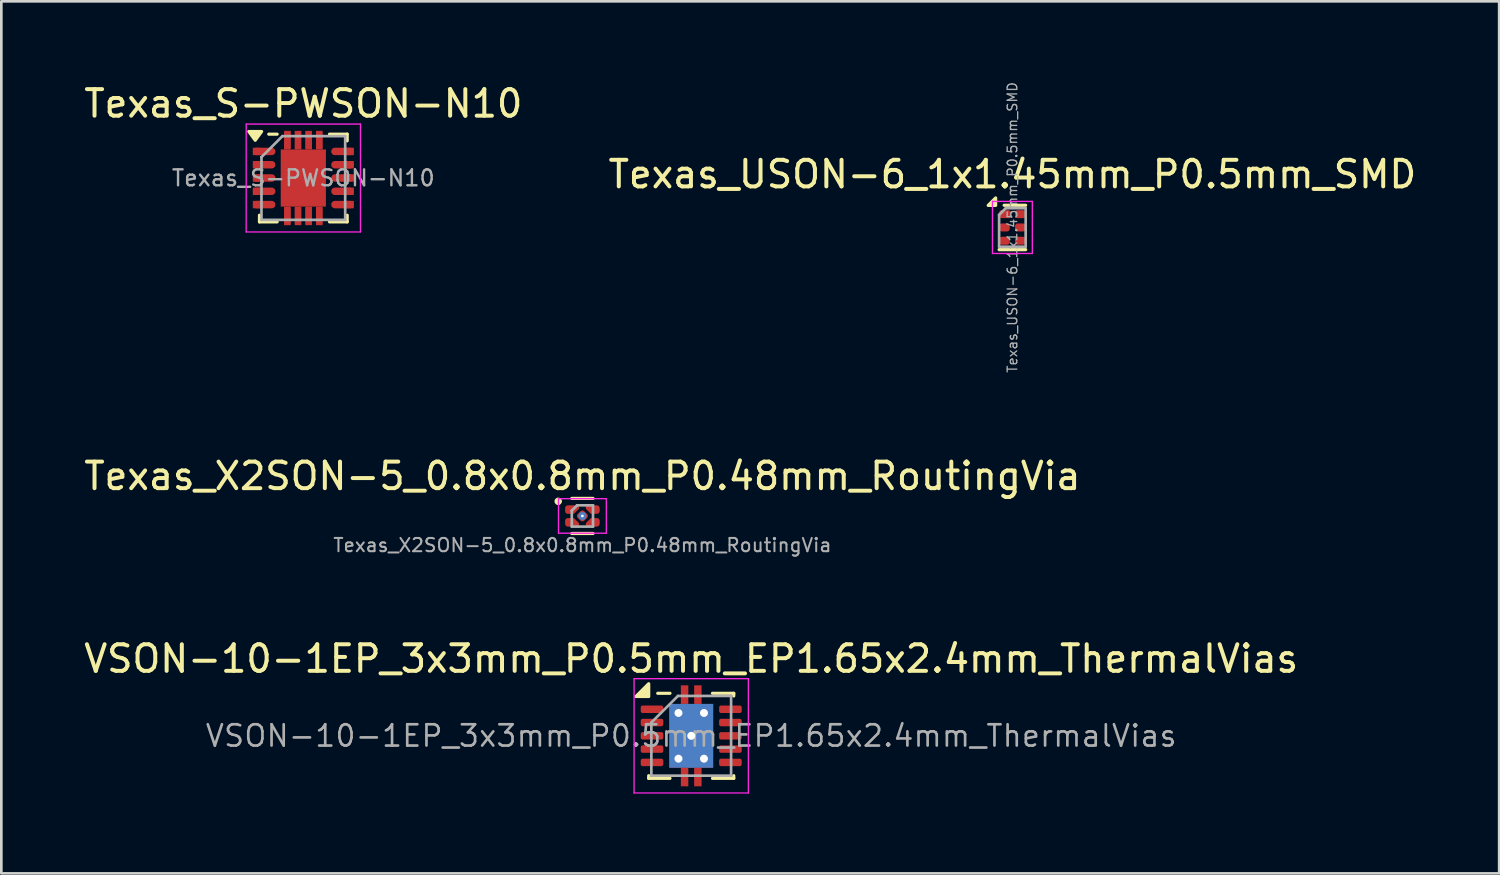
<source format=kicad_pcb>
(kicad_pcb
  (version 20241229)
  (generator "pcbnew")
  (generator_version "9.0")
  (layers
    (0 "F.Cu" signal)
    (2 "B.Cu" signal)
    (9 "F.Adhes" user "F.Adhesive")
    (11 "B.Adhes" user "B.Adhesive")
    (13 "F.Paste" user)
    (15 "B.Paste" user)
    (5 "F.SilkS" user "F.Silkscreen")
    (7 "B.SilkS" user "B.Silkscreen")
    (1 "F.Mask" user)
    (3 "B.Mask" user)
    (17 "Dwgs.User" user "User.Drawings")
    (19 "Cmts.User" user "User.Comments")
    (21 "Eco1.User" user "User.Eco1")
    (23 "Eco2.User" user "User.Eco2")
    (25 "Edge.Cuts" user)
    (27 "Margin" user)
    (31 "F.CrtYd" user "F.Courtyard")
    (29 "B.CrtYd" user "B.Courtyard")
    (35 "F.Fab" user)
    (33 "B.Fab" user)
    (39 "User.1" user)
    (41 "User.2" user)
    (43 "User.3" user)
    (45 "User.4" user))
  (footprint "VSON-10-1EP_3x3mm_P0.5mm_EP1.65x2.4mm_ThermalVias"
    (layer "F.Cu")
    (at 22.958 24.636)
    (property "Reference" "VSON-10-1EP_3x3mm_P0.5mm_EP1.65x2.4mm_ThermalVias" (at 0 -2.9 0) (layer "F.SilkS") (effects (font (size 1 1) (thickness 0.15))))
    (attr smd)
    (fp_line (start -1.6 1.5) (end -1.6 1.6) (stroke (width 0.12) (type solid)) (layer "F.SilkS"))
    (fp_line (start -1.6 1.6) (end -0.8 1.6) (stroke (width 0.12) (type solid)) (layer "F.SilkS"))
    (fp_line (start -0.8 -1.6) (end -1.26 -1.6) (stroke (width 0.12) (type solid)) (layer "F.SilkS"))
    (fp_line (start 0.8 -1.6) (end 1.6 -1.6) (stroke (width 0.12) (type solid)) (layer "F.SilkS"))
    (fp_line (start 0.8 1.6) (end 1.6 1.6) (stroke (width 0.12) (type solid)) (layer "F.SilkS"))
    (fp_line (start 1.6 -1.6) (end 1.6 -1.5) (stroke (width 0.12) (type solid)) (layer "F.SilkS"))
    (fp_line (start 1.6 1.6) (end 1.6 1.5) (stroke (width 0.12) (type solid)) (layer "F.SilkS"))
    (fp_poly (pts (xy -1.6 -1.48) (xy -2.08 -1.48) (xy -1.6 -1.96) (xy -1.6 -1.48)) (stroke (width 0.12) (type solid)) (fill yes) (layer "F.SilkS"))
    (fp_line (start -2.15 -2.15) (end 2.15 -2.15) (stroke (width 0.05) (type solid)) (layer "F.CrtYd"))
    (fp_line (start -2.15 2.15) (end -2.15 -2.15) (stroke (width 0.05) (type solid)) (layer "F.CrtYd"))
    (fp_line (start 2.15 -2.15) (end 2.15 2.15) (stroke (width 0.05) (type solid)) (layer "F.CrtYd"))
    (fp_line (start 2.15 2.15) (end -2.15 2.15) (stroke (width 0.05) (type solid)) (layer "F.CrtYd"))
    (fp_line (start -1.5 -0.5) (end -1.5 1.5) (stroke (width 0.1) (type solid)) (layer "F.Fab"))
    (fp_line (start -1.5 -0.5) (end -0.5 -1.5) (stroke (width 0.1) (type solid)) (layer "F.Fab"))
    (fp_line (start -1.5 1.5) (end 1.5 1.5) (stroke (width 0.1) (type solid)) (layer "F.Fab"))
    (fp_line (start -0.5 -1.5) (end 1.5 -1.5) (stroke (width 0.1) (type solid)) (layer "F.Fab"))
    (fp_line (start 1.5 -1.5) (end 1.5 1.5) (stroke (width 0.1) (type solid)) (layer "F.Fab"))
    (fp_text user "${REFERENCE}" (at 0 0 0) (layer "F.Fab") (effects (font (size 0.8 0.8) (thickness 0.1))))
    (pad "" smd rect (at -0.48 -0.86) (size 0.64 0.64) (layers "F.Paste"))
    (pad "" smd rect (at -0.48 0) (size 0.64 0.64) (layers "F.Paste"))
    (pad "" smd rect (at -0.48 0.86) (size 0.64 0.64) (layers "F.Paste"))
    (pad "" smd rect (at 0.48 -0.86) (size 0.64 0.64) (layers "F.Paste"))
    (pad "" smd rect (at 0.48 0) (size 0.64 0.64) (layers "F.Paste"))
    (pad "" smd rect (at 0.48 0.86) (size 0.64 0.64) (layers "F.Paste"))
    (pad "1" smd roundrect (at -1.475 -1) (size 0.85 0.28) (layers "F.Cu" "F.Mask" "F.Paste") (roundrect_rratio 0.25))
    (pad "2" smd roundrect (at -1.475 -0.5) (size 0.85 0.28) (layers "F.Cu" "F.Mask" "F.Paste") (roundrect_rratio 0.25))
    (pad "3" smd roundrect (at -1.475 0) (size 0.85 0.28) (layers "F.Cu" "F.Mask" "F.Paste") (roundrect_rratio 0.25))
    (pad "4" smd roundrect (at -1.475 0.5) (size 0.85 0.28) (layers "F.Cu" "F.Mask" "F.Paste") (roundrect_rratio 0.25))
    (pad "5" smd roundrect (at -1.475 1) (size 0.85 0.28) (layers "F.Cu" "F.Mask" "F.Paste") (roundrect_rratio 0.25))
    (pad "6" smd roundrect (at 1.475 1) (size 0.85 0.28) (layers "F.Cu" "F.Mask" "F.Paste") (roundrect_rratio 0.25))
    (pad "7" smd roundrect (at 1.475 0.5) (size 0.85 0.28) (layers "F.Cu" "F.Mask" "F.Paste") (roundrect_rratio 0.25))
    (pad "8" smd roundrect (at 1.475 0) (size 0.85 0.28) (layers "F.Cu" "F.Mask" "F.Paste") (roundrect_rratio 0.25))
    (pad "9" smd roundrect (at 1.475 -0.5) (size 0.85 0.28) (layers "F.Cu" "F.Mask" "F.Paste") (roundrect_rratio 0.25))
    (pad "10" smd roundrect (at 1.475 -1) (size 0.85 0.28) (layers "F.Cu" "F.Mask" "F.Paste") (roundrect_rratio 0.25))
    (pad "11" thru_hole circle (at -0.48 -0.86) (size 0.6 0.6) (drill 0.3) (layers "*.Cu"))
    (pad "11" thru_hole circle (at -0.48 0.86) (size 0.6 0.6) (drill 0.3) (layers "*.Cu"))
    (pad "11" smd rect (at -0.25 -1.55) (size 0.28 0.7) (layers "F.Cu" "F.Mask" "F.Paste"))
    (pad "11" smd rect (at -0.25 1.55) (size 0.28 0.7) (layers "F.Cu" "F.Mask" "F.Paste"))
    (pad "11" thru_hole circle (at 0 0) (size 0.6 0.6) (drill 0.3) (layers "*.Cu"))
    (pad "11" smd rect (at 0 0) (size 1.65 2.4) (layers "F.Cu" "F.Mask"))
    (pad "11" smd rect (at 0 0) (size 1.65 2.4) (layers "B.Cu"))
    (pad "11" smd rect (at 0.25 -1.55) (size 0.28 0.7) (layers "F.Cu" "F.Mask" "F.Paste"))
    (pad "11" smd rect (at 0.25 1.55) (size 0.28 0.7) (layers "F.Cu" "F.Mask" "F.Paste"))
    (pad "11" thru_hole circle (at 0.48 -0.86) (size 0.6 0.6) (drill 0.3) (layers "*.Cu"))
    (pad "11" thru_hole circle (at 0.48 0.86) (size 0.6 0.6) (drill 0.3) (layers "*.Cu")))
  (footprint "Texas_S-PWSON-N10"
    (layer "F.Cu")
    (at 8.363 3.648)
    (property "Reference" "Texas_S-PWSON-N10" (at 0 -2.8 0) (layer "F.SilkS") (effects (font (size 1 1) (thickness 0.15))))
    (attr smd)
    (fp_line (start -1.65 1.65) (end -1.65 1.4) (stroke (width 0.12) (type solid)) (layer "F.SilkS"))
    (fp_line (start -1.65 1.65) (end -0.985 1.65) (stroke (width 0.12) (type solid)) (layer "F.SilkS"))
    (fp_line (start -1.3 -1.65) (end -0.985 -1.65) (stroke (width 0.12) (type solid)) (layer "F.SilkS"))
    (fp_line (start 0.985 -1.65) (end 1.65 -1.65) (stroke (width 0.12) (type solid)) (layer "F.SilkS"))
    (fp_line (start 0.985 1.65) (end 1.65 1.65) (stroke (width 0.12) (type solid)) (layer "F.SilkS"))
    (fp_line (start 1.65 -1.4) (end 1.65 -1.65) (stroke (width 0.12) (type solid)) (layer "F.SilkS"))
    (fp_line (start 1.65 1.4) (end 1.65 1.65) (stroke (width 0.12) (type solid)) (layer "F.SilkS"))
    (fp_poly (pts (xy -1.81 -1.42) (xy -2.05 -1.75) (xy -1.57 -1.75) (xy -1.81 -1.42)) (stroke (width 0.12) (type solid)) (fill yes) (layer "F.SilkS"))
    (fp_line (start -2.15 -2.03) (end -2.15 2.03) (stroke (width 0.05) (type solid)) (layer "F.CrtYd"))
    (fp_line (start -2.15 -2.03) (end 2.15 -2.03) (stroke (width 0.05) (type solid)) (layer "F.CrtYd"))
    (fp_line (start -2.15 2.03) (end 2.15 2.03) (stroke (width 0.05) (type solid)) (layer "F.CrtYd"))
    (fp_line (start 2.15 -2.03) (end 2.15 2.03) (stroke (width 0.05) (type solid)) (layer "F.CrtYd"))
    (fp_line (start -1.575 1.575) (end -1.575 -0.787) (stroke (width 0.1) (type solid)) (layer "F.Fab"))
    (fp_line (start -0.787 -1.575) (end -1.575 -0.787) (stroke (width 0.1) (type solid)) (layer "F.Fab"))
    (fp_line (start -0.787 -1.575) (end 1.575 -1.575) (stroke (width 0.1) (type solid)) (layer "F.Fab"))
    (fp_line (start 1.575 -1.575) (end 1.575 1.575) (stroke (width 0.1) (type solid)) (layer "F.Fab"))
    (fp_line (start 1.575 1.575) (end -1.575 1.575) (stroke (width 0.1) (type solid)) (layer "F.Fab"))
    (fp_text user "${REFERENCE}" (at 0 0 0) (layer "F.Fab") (effects (font (size 0.6 0.6) (thickness 0.09))))
    (pad "1" smd rect (at -1.76 -1) (size 0.28 0.28) (layers "F.Cu" "F.Mask" "F.Paste"))
    (pad "1" smd oval (at -1.475 -1) (size 0.85 0.28) (layers "F.Cu" "F.Mask" "F.Paste"))
    (pad "2" smd rect (at -1.76 -0.5) (size 0.28 0.28) (layers "F.Cu" "F.Mask" "F.Paste"))
    (pad "2" smd oval (at -1.475 -0.5) (size 0.85 0.28) (layers "F.Cu" "F.Mask" "F.Paste"))
    (pad "3" smd rect (at -1.76 0) (size 0.28 0.28) (layers "F.Cu" "F.Mask" "F.Paste"))
    (pad "3" smd oval (at -1.475 0) (size 0.85 0.28) (layers "F.Cu" "F.Mask" "F.Paste"))
    (pad "4" smd rect (at -1.76 0.5) (size 0.28 0.28) (layers "F.Cu" "F.Mask" "F.Paste"))
    (pad "4" smd oval (at -1.475 0.5) (size 0.85 0.28) (layers "F.Cu" "F.Mask" "F.Paste"))
    (pad "5" smd rect (at -1.76 1) (size 0.28 0.28) (layers "F.Cu" "F.Mask" "F.Paste"))
    (pad "5" smd oval (at -1.475 1) (size 0.85 0.28) (layers "F.Cu" "F.Mask" "F.Paste"))
    (pad "6" smd oval (at 1.475 1) (size 0.85 0.28) (layers "F.Cu" "F.Mask" "F.Paste"))
    (pad "6" smd rect (at 1.76 1) (size 0.28 0.28) (layers "F.Cu" "F.Mask" "F.Paste"))
    (pad "7" smd oval (at 1.475 0.5) (size 0.85 0.28) (layers "F.Cu" "F.Mask" "F.Paste"))
    (pad "7" smd rect (at 1.76 0.5) (size 0.28 0.28) (layers "F.Cu" "F.Mask" "F.Paste"))
    (pad "8" smd oval (at 1.475 0) (size 0.85 0.28) (layers "F.Cu" "F.Mask" "F.Paste"))
    (pad "8" smd rect (at 1.76 0) (size 0.28 0.28) (layers "F.Cu" "F.Mask" "F.Paste"))
    (pad "9" smd oval (at 1.475 -0.5) (size 0.85 0.28) (layers "F.Cu" "F.Mask" "F.Paste"))
    (pad "9" smd rect (at 1.76 -0.5) (size 0.28 0.28) (layers "F.Cu" "F.Mask" "F.Paste"))
    (pad "10" smd oval (at 1.475 -1) (size 0.85 0.28) (layers "F.Cu" "F.Mask" "F.Paste"))
    (pad "10" smd rect (at 1.76 -1) (size 0.28 0.28) (layers "F.Cu" "F.Mask" "F.Paste"))
    (pad "11" smd rect (at -0.6 -1.425) (size 0.23 0.6) (layers "F.Cu" "F.Mask" "F.Paste"))
    (pad "11" smd rect (at -0.6 -1.425) (size 0.25 0.7) (layers "F.Cu" "F.Mask"))
    (pad "11" smd rect (at -0.6 1.425) (size 0.23 0.6) (layers "F.Cu" "F.Mask" "F.Paste"))
    (pad "11" smd rect (at -0.6 1.425) (size 0.25 0.7) (layers "F.Cu" "F.Mask"))
    (pad "11" smd rect (at -0.435 -0.56) (size 0.65 0.9) (layers "F.Cu" "F.Mask" "F.Paste"))
    (pad "11" smd rect (at -0.435 0.56) (size 0.65 0.9) (layers "F.Cu" "F.Mask" "F.Paste"))
    (pad "11" smd rect (at -0.2 -1.425) (size 0.23 0.6) (layers "F.Cu" "F.Mask" "F.Paste"))
    (pad "11" smd rect (at -0.2 -1.425) (size 0.25 0.7) (layers "F.Cu" "F.Mask"))
    (pad "11" smd rect (at -0.2 1.425) (size 0.23 0.6) (layers "F.Cu" "F.Mask" "F.Paste"))
    (pad "11" smd rect (at -0.2 1.425) (size 0.25 0.7) (layers "F.Cu" "F.Mask"))
    (pad "11" smd rect (at 0 0) (size 1.7 2.15) (layers "F.Cu" "F.Mask"))
    (pad "11" smd rect (at 0.2 -1.425) (size 0.23 0.6) (layers "F.Cu" "F.Mask" "F.Paste"))
    (pad "11" smd rect (at 0.2 -1.425) (size 0.25 0.7) (layers "F.Cu" "F.Mask"))
    (pad "11" smd rect (at 0.2 1.425) (size 0.23 0.6) (layers "F.Cu" "F.Mask" "F.Paste"))
    (pad "11" smd rect (at 0.2 1.425) (size 0.25 0.7) (layers "F.Cu" "F.Mask"))
    (pad "11" smd rect (at 0.435 -0.56) (size 0.65 0.9) (layers "F.Cu" "F.Mask" "F.Paste"))
    (pad "11" smd rect (at 0.435 0.56) (size 0.65 0.9) (layers "F.Cu" "F.Mask" "F.Paste"))
    (pad "11" smd rect (at 0.6 -1.425) (size 0.23 0.6) (layers "F.Cu" "F.Mask" "F.Paste"))
    (pad "11" smd rect (at 0.6 -1.425) (size 0.25 0.7) (layers "F.Cu" "F.Mask"))
    (pad "11" smd rect (at 0.6 1.425) (size 0.23 0.6) (layers "F.Cu" "F.Mask" "F.Paste"))
    (pad "11" smd rect (at 0.6 1.425) (size 0.25 0.7) (layers "F.Cu" "F.Mask")))
  (footprint "Texas_X2SON-5_0.8x0.8mm_P0.48mm_RoutingVia"
    (layer "F.Cu")
    (at 18.863 16.363)
    (property "Reference" "Texas_X2SON-5_0.8x0.8mm_P0.48mm_RoutingVia" (at 0 -1.5 0) (layer "F.SilkS") (effects (font (size 1 1) (thickness 0.15))))
    (attr smd)
    (fp_line (start -0.4 -0.66) (end 0.4 -0.66) (stroke (width 0.12) (type solid)) (layer "F.SilkS"))
    (fp_line (start -0.4 0.66) (end 0.4 0.66) (stroke (width 0.12) (type solid)) (layer "F.SilkS"))
    (fp_circle (center -0.91 -0.55) (end -0.77 -0.56) (stroke (width 0) (type solid)) (fill yes) (layer "F.SilkS"))
    (fp_line (start -0.9 -0.65) (end 0.9 -0.65) (stroke (width 0.05) (type solid)) (layer "F.CrtYd"))
    (fp_line (start -0.9 0.65) (end -0.9 -0.65) (stroke (width 0.05) (type solid)) (layer "F.CrtYd"))
    (fp_line (start 0.9 -0.65) (end 0.9 0.65) (stroke (width 0.05) (type solid)) (layer "F.CrtYd"))
    (fp_line (start 0.9 0.65) (end -0.9 0.65) (stroke (width 0.05) (type solid)) (layer "F.CrtYd"))
    (fp_line (start -0.4 -0.2) (end -0.2 -0.4) (stroke (width 0.1) (type solid)) (layer "F.Fab"))
    (fp_line (start -0.4 0.4) (end -0.4 -0.2) (stroke (width 0.1) (type solid)) (layer "F.Fab"))
    (fp_line (start -0.2 -0.4) (end 0.4 -0.4) (stroke (width 0.1) (type solid)) (layer "F.Fab"))
    (fp_line (start 0.4 -0.4) (end 0.4 0.4) (stroke (width 0.1) (type solid)) (layer "F.Fab"))
    (fp_line (start 0.4 0.4) (end -0.4 0.4) (stroke (width 0.1) (type solid)) (layer "F.Fab"))
    (fp_text user "${REFERENCE}" (at 0 1.1 0) (unlocked yes) (layer "F.Fab") (effects (font (size 0.5 0.5) (thickness 0.075))))
    (pad "" smd custom (at -0.39 -0.24) (size 0.15 0.15) (layers "F.Mask" "F.Paste") (options (anchor circle)) (primitives (gr_poly (pts (xy 0.05 0.11) (xy 0.21 -0.05) (xy 0.21 -0.11) (xy -0.16 -0.11) (xy -0.195 -0.095) (xy -0.21 -0.06) (xy -0.21 0.06) (xy -0.195 0.095) (xy -0.16 0.11)) (width 0) (fill yes))))
    (pad "" smd custom (at -0.39 0.24) (size 0.05 0.05) (layers "F.Mask" "F.Paste") (options (anchor circle)) (primitives (gr_poly (pts (xy -0.16 -0.11) (xy 0.05 -0.11) (xy 0.21 0.05) (xy 0.21 0.11) (xy -0.16 0.11) (xy -0.195 0.095) (xy -0.21 0.06) (xy -0.21 -0.06) (xy -0.195 -0.095)) (width 0) (fill yes))))
    (pad "" smd custom (at 0.39 -0.24) (size 0.05 0.05) (layers "F.Mask" "F.Paste") (options (anchor circle)) (primitives (gr_poly (pts (xy 0.16 0.11) (xy -0.05 0.11) (xy -0.21 -0.05) (xy -0.21 -0.11) (xy 0.16 -0.11) (xy 0.195 -0.095) (xy 0.21 -0.06) (xy 0.21 0.06) (xy 0.195 0.095)) (width 0) (fill yes))))
    (pad "" smd custom (at 0.39 0.24) (size 0.15 0.15) (layers "F.Paste") (options (anchor circle)) (primitives (gr_poly (pts (xy -0.05 -0.11) (xy -0.21 0.05) (xy -0.21 0.11) (xy 0.16 0.11) (xy 0.195 0.095) (xy 0.21 0.06) (xy 0.21 -0.06) (xy 0.195 -0.095) (xy 0.16 -0.11)) (width 0) (fill yes))))
    (pad "1" smd custom (at -0.39 -0.24) (size 0.15 0.15) (layers "F.Cu" "F.Mask") (options (anchor circle)) (primitives (gr_poly (pts (xy 0.071 0.16) (xy 0.26 -0.029) (xy 0.26 -0.16) (xy -0.16 -0.16) (xy -0.21 -0.147) (xy -0.247 -0.11) (xy -0.26 -0.06) (xy -0.26 0.06) (xy -0.247 0.11) (xy -0.21 0.147) (xy -0.16 0.16)) (width 0) (fill yes))))
    (pad "2" smd custom (at -0.39 0.24) (size 0.05 0.05) (layers "F.Cu" "F.Mask") (options (anchor circle)) (primitives (gr_poly (pts (xy -0.21 -0.147) (xy -0.16 -0.16) (xy 0.071 -0.16) (xy 0.26 0.029) (xy 0.26 0.16) (xy -0.16 0.16) (xy -0.21 0.147) (xy -0.247 0.11) (xy -0.26 0.06) (xy -0.26 -0.06) (xy -0.247 -0.11)) (width 0) (fill yes))))
    (pad "3" thru_hole circle (at 0 0) (size 0.305 0.305) (drill 0.102) (layers "*.Cu" "*.Mask"))
    (pad "3" smd roundrect (at 0 0 45) (size 0.35 0.35) (layers "F.Cu" "F.Mask" "F.Paste") (roundrect_rratio 0.286))
    (pad "4" smd custom (at 0.39 0.24) (size 0.15 0.15) (layers "F.Cu" "F.Mask") (options (anchor circle)) (primitives (gr_poly (pts (xy -0.071 -0.16) (xy -0.26 0.029) (xy -0.26 0.16) (xy 0.16 0.16) (xy 0.21 0.147) (xy 0.247 0.11) (xy 0.26 0.06) (xy 0.26 -0.06) (xy 0.247 -0.11) (xy 0.21 -0.147) (xy 0.16 -0.16)) (width 0) (fill yes))))
    (pad "5" smd custom (at 0.39 -0.24) (size 0.05 0.05) (layers "F.Cu" "F.Mask") (options (anchor circle)) (primitives (gr_poly (pts (xy 0.21 0.147) (xy 0.16 0.16) (xy -0.071 0.16) (xy -0.26 -0.029) (xy -0.26 -0.16) (xy 0.16 -0.16) (xy 0.21 -0.147) (xy 0.247 -0.11) (xy 0.26 -0.06) (xy 0.26 0.06) (xy 0.247 0.11)) (width 0) (fill yes)))))
  (footprint "Texas_USON-6_1x1.45mm_P0.5mm_SMD"
    (layer "F.Cu")
    (at 35.042 5.508)
    (property "Reference" "Texas_USON-6_1x1.45mm_P0.5mm_SMD" (at 0 -2 0) (layer "F.SilkS") (effects (font (size 1 1) (thickness 0.15))))
    (attr smd)
    (fp_line (start -0.5 0.835) (end 0.5 0.835) (stroke (width 0.12) (type solid)) (layer "F.SilkS"))
    (fp_line (start -0.31 -0.835) (end 0.5 -0.835) (stroke (width 0.12) (type solid)) (layer "F.SilkS"))
    (fp_poly (pts (xy -0.63 -0.83) (xy -0.91 -0.83) (xy -0.63 -1.11) (xy -0.63 -0.83)) (stroke (width 0.12) (type solid)) (fill yes) (layer "F.SilkS"))
    (fp_line (start -0.75 -0.98) (end -0.75 0.98) (stroke (width 0.05) (type solid)) (layer "F.CrtYd"))
    (fp_line (start -0.75 0.98) (end 0.75 0.98) (stroke (width 0.05) (type solid)) (layer "F.CrtYd"))
    (fp_line (start 0.75 -0.98) (end -0.75 -0.98) (stroke (width 0.05) (type solid)) (layer "F.CrtYd"))
    (fp_line (start 0.75 0.98) (end 0.75 -0.98) (stroke (width 0.05) (type solid)) (layer "F.CrtYd"))
    (fp_line (start -0.5 -0.475) (end -0.25 -0.725) (stroke (width 0.1) (type solid)) (layer "F.Fab"))
    (fp_line (start -0.5 0.725) (end -0.5 -0.475) (stroke (width 0.1) (type solid)) (layer "F.Fab"))
    (fp_line (start -0.25 -0.725) (end 0.5 -0.725) (stroke (width 0.1) (type solid)) (layer "F.Fab"))
    (fp_line (start 0.5 -0.725) (end 0.5 0.725) (stroke (width 0.1) (type solid)) (layer "F.Fab"))
    (fp_line (start 0.5 0.725) (end -0.5 0.725) (stroke (width 0.1) (type solid)) (layer "F.Fab"))
    (fp_text user "${REFERENCE}" (at 0 0 90) (layer "F.Fab") (effects (font (size 0.36 0.36) (thickness 0.05))))
    (pad "1" smd roundrect (at -0.275 -0.5) (size 0.45 0.3) (layers "F.Cu" "F.Mask" "F.Paste") (roundrect_rratio 0.333))
    (pad "2" smd roundrect (at -0.3 0) (size 0.4 0.3) (layers "F.Cu" "F.Mask" "F.Paste") (roundrect_rratio 0.333))
    (pad "3" smd roundrect (at -0.3 0.5) (size 0.4 0.3) (layers "F.Cu" "F.Mask" "F.Paste") (roundrect_rratio 0.333))
    (pad "4" smd roundrect (at 0.3 0.5) (size 0.4 0.3) (layers "F.Cu" "F.Mask" "F.Paste") (roundrect_rratio 0.333))
    (pad "5" smd roundrect (at 0.3 0) (size 0.4 0.3) (layers "F.Cu" "F.Mask" "F.Paste") (roundrect_rratio 0.333))
    (pad "6" smd roundrect (at 0.3 -0.5) (size 0.4 0.3) (layers "F.Cu" "F.Mask" "F.Paste") (roundrect_rratio 0.333)))
  (gr_rect
    (start -3 -3)
    (end 53.357 29.811)
    (stroke (width 0.1) (type default))
    (fill no)
    (layer "Edge.Cuts")))
</source>
